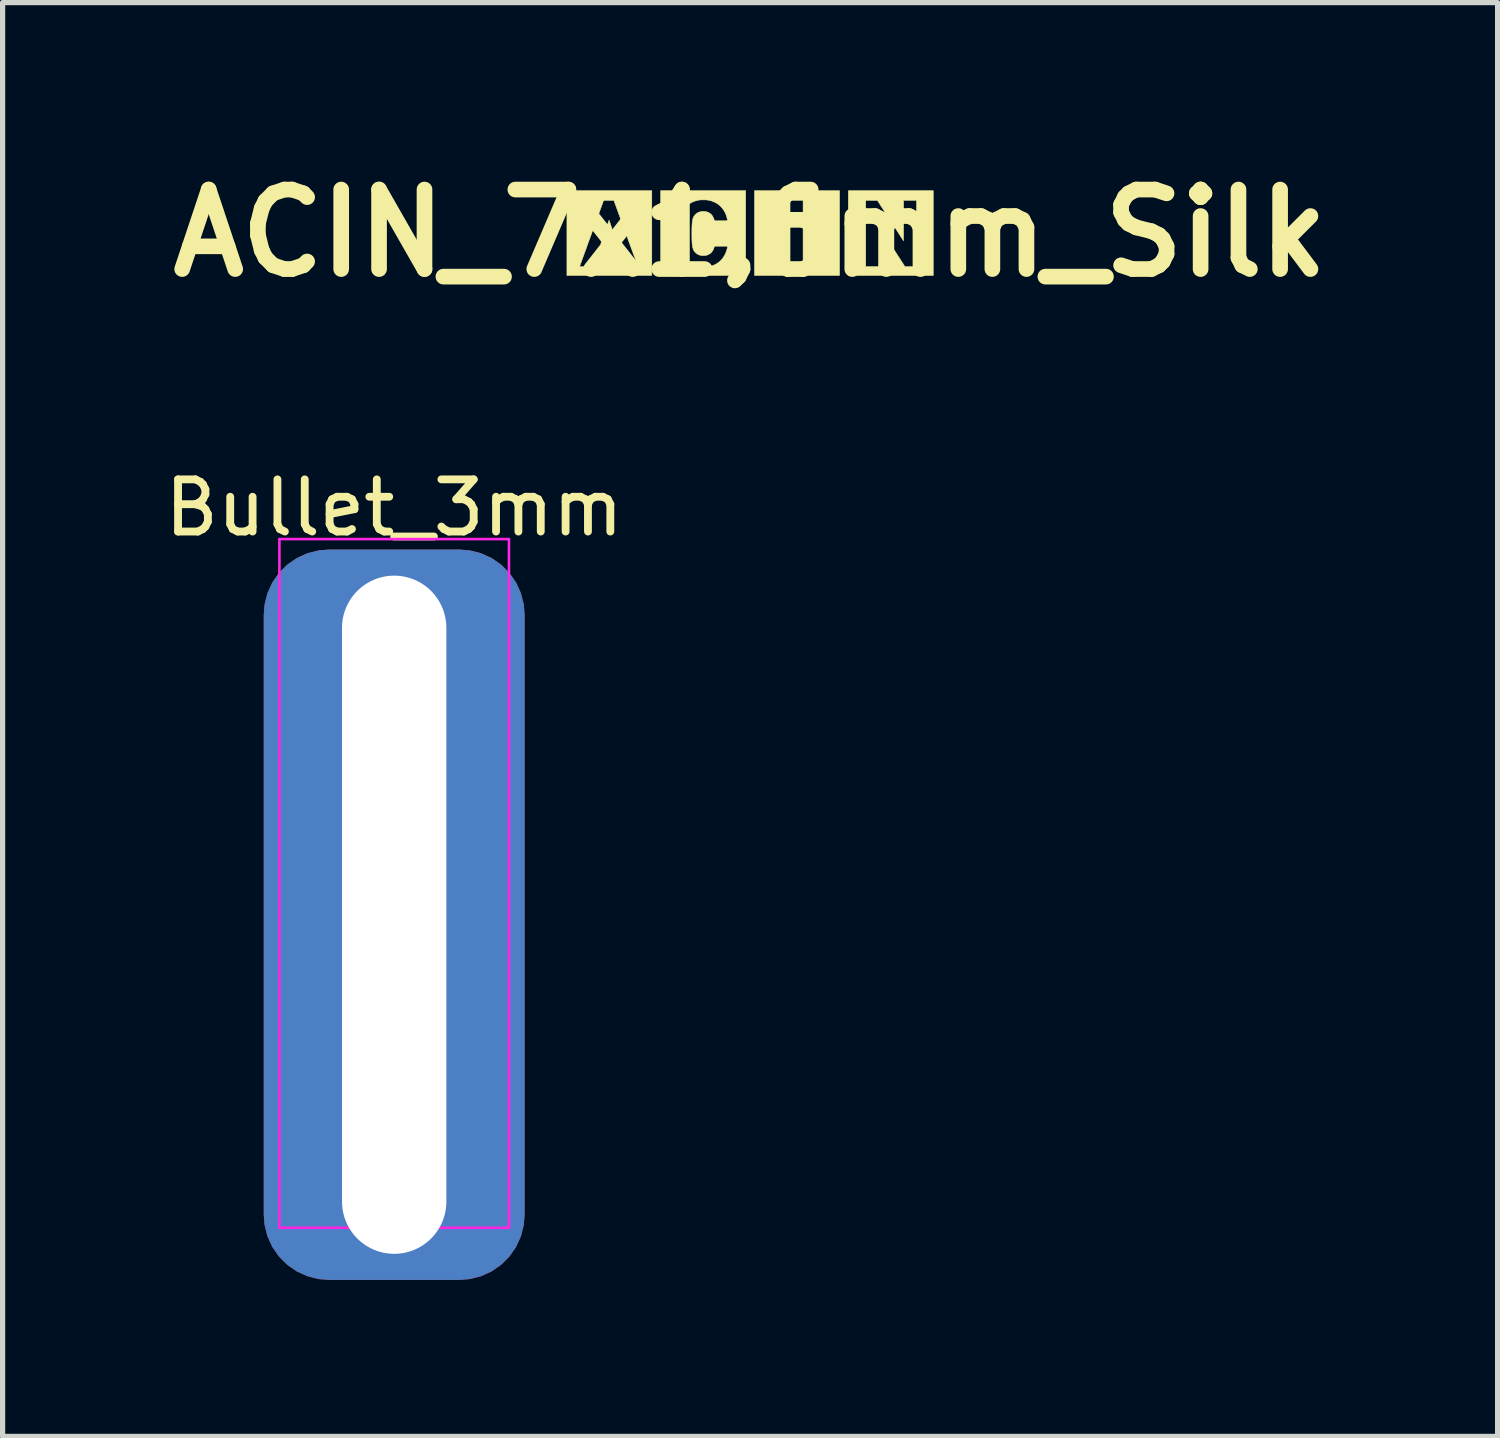
<source format=kicad_pcb>
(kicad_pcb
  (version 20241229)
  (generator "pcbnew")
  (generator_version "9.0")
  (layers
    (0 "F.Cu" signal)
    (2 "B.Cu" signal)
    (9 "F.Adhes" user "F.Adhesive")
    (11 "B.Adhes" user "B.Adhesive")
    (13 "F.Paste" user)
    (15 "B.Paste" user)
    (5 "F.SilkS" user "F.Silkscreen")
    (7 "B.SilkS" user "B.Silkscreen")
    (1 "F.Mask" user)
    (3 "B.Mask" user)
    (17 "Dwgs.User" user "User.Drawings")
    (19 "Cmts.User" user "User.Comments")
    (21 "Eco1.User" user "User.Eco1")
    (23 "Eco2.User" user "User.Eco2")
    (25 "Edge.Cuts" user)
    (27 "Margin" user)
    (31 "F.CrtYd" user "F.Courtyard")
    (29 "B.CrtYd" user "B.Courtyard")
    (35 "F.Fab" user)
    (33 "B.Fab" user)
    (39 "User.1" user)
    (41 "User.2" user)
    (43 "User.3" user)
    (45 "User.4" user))
  (footprint "Bullet_3mm"
    (layer "F.Cu")
    (at 4.506 20.484)
    (property "Reference" "Bullet_3mm" (at 0 -13.8 0) (layer "F.SilkS") (effects (font (size 1 1) (thickness 0.15))))
    (attr through_hole)
    (fp_line (start -2.2 -13.2) (end -2.2 0) (stroke (width 0.05) (type solid)) (layer "F.CrtYd"))
    (fp_line (start -2.2 0) (end 2.2 0) (stroke (width 0.05) (type solid)) (layer "F.CrtYd"))
    (fp_line (start 2.2 -13.2) (end -2.2 -13.2) (stroke (width 0.05) (type solid)) (layer "F.CrtYd"))
    (fp_line (start 2.2 0) (end 2.2 -13.2) (stroke (width 0.05) (type solid)) (layer "F.CrtYd"))
    (pad "1" thru_hole roundrect (at 0 -6) (size 5 14) (drill oval 2 13) (layers "*.Cu" "*.Mask") (roundrect_rratio 0.25)))
  (footprint "ACIN_7x1,6mm_Silk"
    (layer "F.Cu")
    (at 11.328 1.418)
    (property "Reference" "ACIN_7x1,6mm_Silk" (at 0 0 0) (layer "F.SilkS") (effects (font (size 1.524 1.524) (thickness 0.3))))
    (attr through_hole)
    (fp_poly (pts (xy 1.714 0.813) (xy 0.085 0.813) (xy 0.085 -0.628) (xy 0.766 -0.628) (xy 0.766 0.644) (xy 1.016 0.644) (xy 1.016 -0.628) (xy 0.766 -0.628) (xy 0.085 -0.628) (xy 0.085 -0.813) (xy 1.714 -0.813) (xy 1.714 0.813)) (stroke (width 0.01) (type solid)) (fill yes) (layer "F.SilkS"))
    (fp_poly (pts (xy 3.511 0.813) (xy 1.884 0.813) (xy 1.884 0.644) (xy 2.217 0.644) (xy 2.467 0.644) (xy 2.467 0.256) (xy 2.468 -0.133) (xy 2.718 0.255) (xy 2.968 0.643) (xy 3.08 0.644) (xy 3.191 0.644) (xy 3.191 -0.628) (xy 2.942 -0.628) (xy 2.942 -0.24) (xy 2.941 0.148) (xy 2.691 -0.239) (xy 2.44 -0.627) (xy 2.329 -0.627) (xy 2.217 -0.628) (xy 2.217 0.644) (xy 1.884 0.644) (xy 1.884 -0.813) (xy 3.511 -0.813) (xy 3.511 0.813)) (stroke (width 0.01) (type solid)) (fill yes) (layer "F.SilkS"))
    (fp_poly (pts (xy -2.702 -0.246) (xy -2.701 -0.242) (xy -2.698 -0.235) (xy -2.695 -0.226) (xy -2.691 -0.214) (xy -2.687 -0.201) (xy -2.681 -0.185) (xy -2.676 -0.168) (xy -2.669 -0.149) (xy -2.663 -0.129) (xy -2.655 -0.108) (xy -2.648 -0.085) (xy -2.64 -0.061) (xy -2.631 -0.037) (xy -2.626 -0.021) (xy -2.618 0.004) (xy -2.61 0.028) (xy -2.602 0.052) (xy -2.594 0.074) (xy -2.587 0.095) (xy -2.58 0.115) (xy -2.574 0.133) (xy -2.569 0.15) (xy -2.564 0.165) (xy -2.559 0.177) (xy -2.556 0.188) (xy -2.553 0.197) (xy -2.551 0.202) (xy -2.55 0.206) (xy -2.55 0.207) (xy -2.55 0.207) (xy -2.55 0.207) (xy -2.551 0.208) (xy -2.552 0.208) (xy -2.555 0.208) (xy -2.558 0.208) (xy -2.563 0.209) (xy -2.569 0.209) (xy -2.576 0.209) (xy -2.585 0.209) (xy -2.596 0.209) (xy -2.609 0.209) (xy -2.624 0.209) (xy -2.642 0.209) (xy -2.662 0.209) (xy -2.685 0.209) (xy -2.706 0.209) (xy -2.728 0.209) (xy -2.749 0.209) (xy -2.769 0.209) (xy -2.787 0.209) (xy -2.804 0.209) (xy -2.819 0.209) (xy -2.832 0.209) (xy -2.843 0.209) (xy -2.852 0.208) (xy -2.858 0.208) (xy -2.862 0.208) (xy -2.862 0.208) (xy -2.862 0.206) (xy -2.86 0.202) (xy -2.858 0.195) (xy -2.855 0.186) (xy -2.851 0.175) (xy -2.846 0.162) (xy -2.841 0.146) (xy -2.835 0.129) (xy -2.829 0.11) (xy -2.822 0.09) (xy -2.814 0.069) (xy -2.806 0.046) (xy -2.798 0.022) (xy -2.789 -0.002) (xy -2.783 -0.021) (xy -2.774 -0.046) (xy -2.766 -0.071) (xy -2.757 -0.094) (xy -2.75 -0.116) (xy -2.742 -0.137) (xy -2.735 -0.157) (xy -2.729 -0.175) (xy -2.723 -0.192) (xy -2.718 -0.206) (xy -2.713 -0.219) (xy -2.71 -0.229) (xy -2.706 -0.238) (xy -2.704 -0.244) (xy -2.703 -0.247) (xy -2.703 -0.247) (xy -2.702 -0.246)) (stroke (width 0.01) (type solid)) (fill yes) (layer "F.SilkS"))
    (fp_poly (pts (xy -1.884 0.813) (xy -3.511 0.813) (xy -3.511 0.643) (xy -3.269 0.643) (xy -3.268 0.643) (xy -3.263 0.644) (xy -3.257 0.644) (xy -3.248 0.644) (xy -3.236 0.644) (xy -3.223 0.644) (xy -3.208 0.644) (xy -3.192 0.644) (xy -3.174 0.644) (xy -3.155 0.644) (xy -3.139 0.644) (xy -3.01 0.644) (xy -2.997 0.606) (xy -2.993 0.597) (xy -2.989 0.585) (xy -2.985 0.572) (xy -2.98 0.557) (xy -2.974 0.541) (xy -2.969 0.525) (xy -2.963 0.509) (xy -2.958 0.495) (xy -2.933 0.421) (xy -2.708 0.42) (xy -2.482 0.42) (xy -2.445 0.532) (xy -2.408 0.644) (xy -2.147 0.644) (xy -2.155 0.622) (xy -2.157 0.619) (xy -2.159 0.613) (xy -2.162 0.605) (xy -2.165 0.594) (xy -2.17 0.581) (xy -2.176 0.566) (xy -2.182 0.548) (xy -2.19 0.528) (xy -2.198 0.506) (xy -2.206 0.482) (xy -2.216 0.456) (xy -2.226 0.429) (xy -2.237 0.4) (xy -2.248 0.369) (xy -2.26 0.337) (xy -2.272 0.303) (xy -2.285 0.268) (xy -2.298 0.232) (xy -2.312 0.194) (xy -2.326 0.156) (xy -2.34 0.117) (xy -2.354 0.077) (xy -2.369 0.036) (xy -2.384 -0.005) (xy -2.387 -0.013) (xy -2.611 -0.627) (xy -2.709 -0.627) (xy -2.729 -0.627) (xy -2.746 -0.627) (xy -2.76 -0.627) (xy -2.772 -0.627) (xy -2.781 -0.627) (xy -2.789 -0.627) (xy -2.795 -0.627) (xy -2.8 -0.627) (xy -2.803 -0.627) (xy -2.805 -0.626) (xy -2.807 -0.626) (xy -2.808 -0.626) (xy -2.808 -0.625) (xy -2.808 -0.625) (xy -2.809 -0.623) (xy -2.81 -0.619) (xy -2.813 -0.612) (xy -2.816 -0.602) (xy -2.821 -0.591) (xy -2.826 -0.576) (xy -2.832 -0.56) (xy -2.838 -0.542) (xy -2.846 -0.522) (xy -2.854 -0.5) (xy -2.862 -0.476) (xy -2.872 -0.451) (xy -2.881 -0.424) (xy -2.892 -0.396) (xy -2.902 -0.366) (xy -2.914 -0.335) (xy -2.925 -0.304) (xy -2.937 -0.271) (xy -2.949 -0.237) (xy -2.962 -0.203) (xy -2.974 -0.168) (xy -2.987 -0.132) (xy -3 -0.096) (xy -3.014 -0.06) (xy -3.027 -0.024) (xy -3.04 0.013) (xy -3.053 0.049) (xy -3.067 0.086) (xy -3.08 0.122) (xy -3.093 0.158) (xy -3.106 0.193) (xy -3.118 0.228) (xy -3.131 0.262) (xy -3.143 0.296) (xy -3.155 0.328) (xy -3.166 0.36) (xy -3.177 0.39) (xy -3.188 0.42) (xy -3.198 0.448) (xy -3.208 0.474) (xy -3.217 0.499) (xy -3.225 0.523) (xy -3.233 0.544) (xy -3.24 0.564) (xy -3.247 0.582) (xy -3.253 0.598) (xy -3.258 0.611) (xy -3.262 0.623) (xy -3.265 0.632) (xy -3.267 0.638) (xy -3.269 0.642) (xy -3.269 0.643) (xy -3.511 0.643) (xy -3.511 -0.813) (xy -1.884 -0.813) (xy -1.884 0.813)) (stroke (width 0.01) (type solid)) (fill yes) (layer "F.SilkS"))
    (fp_poly (pts (xy -0.085 0.813) (xy -1.714 0.813) (xy -1.714 0.003) (xy -1.365 0.003) (xy -1.365 0.008) (xy -1.365 0.036) (xy -1.365 0.061) (xy -1.365 0.083) (xy -1.365 0.103) (xy -1.365 0.121) (xy -1.365 0.137) (xy -1.364 0.151) (xy -1.364 0.164) (xy -1.364 0.175) (xy -1.363 0.186) (xy -1.363 0.195) (xy -1.363 0.204) (xy -1.362 0.212) (xy -1.361 0.22) (xy -1.361 0.228) (xy -1.36 0.236) (xy -1.359 0.244) (xy -1.358 0.251) (xy -1.353 0.287) (xy -1.346 0.321) (xy -1.338 0.353) (xy -1.328 0.382) (xy -1.316 0.41) (xy -1.302 0.437) (xy -1.285 0.462) (xy -1.267 0.486) (xy -1.246 0.509) (xy -1.24 0.515) (xy -1.213 0.541) (xy -1.183 0.564) (xy -1.153 0.585) (xy -1.121 0.603) (xy -1.087 0.619) (xy -1.053 0.631) (xy -1.017 0.641) (xy -0.98 0.649) (xy -0.944 0.653) (xy -0.934 0.653) (xy -0.923 0.654) (xy -0.91 0.654) (xy -0.897 0.654) (xy -0.883 0.654) (xy -0.871 0.654) (xy -0.86 0.653) (xy -0.852 0.653) (xy -0.814 0.648) (xy -0.776 0.641) (xy -0.74 0.632) (xy -0.706 0.62) (xy -0.674 0.605) (xy -0.643 0.588) (xy -0.613 0.569) (xy -0.586 0.548) (xy -0.56 0.524) (xy -0.537 0.498) (xy -0.523 0.48) (xy -0.506 0.455) (xy -0.49 0.428) (xy -0.475 0.399) (xy -0.462 0.369) (xy -0.451 0.338) (xy -0.445 0.32) (xy -0.443 0.312) (xy -0.441 0.303) (xy -0.439 0.294) (xy -0.436 0.284) (xy -0.434 0.275) (xy -0.433 0.267) (xy -0.431 0.26) (xy -0.43 0.255) (xy -0.43 0.253) (xy -0.431 0.253) (xy -0.432 0.252) (xy -0.434 0.252) (xy -0.437 0.252) (xy -0.441 0.252) (xy -0.446 0.252) (xy -0.454 0.251) (xy -0.463 0.251) (xy -0.474 0.251) (xy -0.487 0.251) (xy -0.503 0.251) (xy -0.521 0.251) (xy -0.541 0.251) (xy -0.557 0.251) (xy -0.683 0.251) (xy -0.684 0.257) (xy -0.687 0.267) (xy -0.691 0.278) (xy -0.695 0.289) (xy -0.699 0.301) (xy -0.703 0.311) (xy -0.705 0.315) (xy -0.717 0.337) (xy -0.731 0.357) (xy -0.746 0.374) (xy -0.763 0.39) (xy -0.782 0.402) (xy -0.796 0.41) (xy -0.817 0.419) (xy -0.841 0.426) (xy -0.865 0.43) (xy -0.891 0.432) (xy -0.917 0.431) (xy -0.929 0.429) (xy -0.941 0.428) (xy -0.952 0.426) (xy -0.961 0.423) (xy -0.971 0.42) (xy -0.977 0.418) (xy -0.999 0.409) (xy -1.019 0.397) (xy -1.037 0.383) (xy -1.054 0.367) (xy -1.068 0.349) (xy -1.081 0.329) (xy -1.09 0.307) (xy -1.094 0.295) (xy -1.098 0.284) (xy -1.101 0.271) (xy -1.104 0.258) (xy -1.106 0.244) (xy -1.108 0.229) (xy -1.11 0.212) (xy -1.111 0.194) (xy -1.113 0.174) (xy -1.114 0.153) (xy -1.115 0.129) (xy -1.115 0.103) (xy -1.116 0.074) (xy -1.116 0.043) (xy -1.116 0.009) (xy -1.116 0.007) (xy -1.116 -0.03) (xy -1.116 -0.064) (xy -1.115 -0.095) (xy -1.114 -0.124) (xy -1.113 -0.151) (xy -1.112 -0.175) (xy -1.11 -0.197) (xy -1.107 -0.217) (xy -1.105 -0.235) (xy -1.102 -0.252) (xy -1.098 -0.268) (xy -1.094 -0.282) (xy -1.089 -0.295) (xy -1.084 -0.306) (xy -1.078 -0.317) (xy -1.072 -0.328) (xy -1.065 -0.338) (xy -1.057 -0.347) (xy -1.048 -0.356) (xy -1.047 -0.358) (xy -1.036 -0.368) (xy -1.025 -0.377) (xy -1.014 -0.384) (xy -1.001 -0.392) (xy -0.997 -0.393) (xy -0.979 -0.401) (xy -0.961 -0.407) (xy -0.941 -0.412) (xy -0.92 -0.414) (xy -0.904 -0.415) (xy -0.878 -0.415) (xy -0.853 -0.412) (xy -0.829 -0.407) (xy -0.808 -0.399) (xy -0.787 -0.389) (xy -0.768 -0.377) (xy -0.751 -0.363) (xy -0.738 -0.35) (xy -0.726 -0.334) (xy -0.715 -0.316) (xy -0.705 -0.297) (xy -0.696 -0.276) (xy -0.688 -0.254) (xy -0.685 -0.245) (xy -0.683 -0.236) (xy -0.557 -0.236) (xy -0.536 -0.236) (xy -0.517 -0.236) (xy -0.499 -0.236) (xy -0.483 -0.236) (xy -0.468 -0.236) (xy -0.456 -0.237) (xy -0.446 -0.237) (xy -0.438 -0.237) (xy -0.433 -0.237) (xy -0.43 -0.237) (xy -0.43 -0.237) (xy -0.431 -0.24) (xy -0.432 -0.245) (xy -0.433 -0.252) (xy -0.435 -0.26) (xy -0.437 -0.269) (xy -0.439 -0.277) (xy -0.441 -0.286) (xy -0.442 -0.29) (xy -0.452 -0.327) (xy -0.465 -0.363) (xy -0.481 -0.396) (xy -0.499 -0.428) (xy -0.518 -0.458) (xy -0.54 -0.486) (xy -0.563 -0.51) (xy -0.588 -0.534) (xy -0.615 -0.555) (xy -0.644 -0.574) (xy -0.675 -0.59) (xy -0.707 -0.604) (xy -0.741 -0.616) (xy -0.777 -0.626) (xy -0.815 -0.633) (xy -0.827 -0.635) (xy -0.836 -0.635) (xy -0.848 -0.636) (xy -0.861 -0.637) (xy -0.876 -0.637) (xy -0.891 -0.637) (xy -0.906 -0.637) (xy -0.922 -0.637) (xy -0.936 -0.637) (xy -0.949 -0.636) (xy -0.96 -0.635) (xy -0.967 -0.635) (xy -1.004 -0.628) (xy -1.04 -0.619) (xy -1.075 -0.608) (xy -1.107 -0.594) (xy -1.139 -0.577) (xy -1.17 -0.558) (xy -1.199 -0.536) (xy -1.216 -0.522) (xy -1.24 -0.499) (xy -1.263 -0.475) (xy -1.283 -0.449) (xy -1.301 -0.421) (xy -1.314 -0.397) (xy -1.324 -0.376) (xy -1.332 -0.354) (xy -1.339 -0.332) (xy -1.345 -0.309) (xy -1.351 -0.285) (xy -1.355 -0.258) (xy -1.359 -0.231) (xy -1.36 -0.223) (xy -1.36 -0.215) (xy -1.361 -0.207) (xy -1.362 -0.2) (xy -1.362 -0.191) (xy -1.363 -0.183) (xy -1.363 -0.174) (xy -1.364 -0.163) (xy -1.364 -0.152) (xy -1.364 -0.139) (xy -1.364 -0.125) (xy -1.365 -0.109) (xy -1.365 -0.092) (xy -1.365 -0.072) (xy -1.365 -0.049) (xy -1.365 -0.025) (xy -1.365 0.003) (xy -1.714 0.003) (xy -1.714 -0.813) (xy -0.085 -0.813) (xy -0.085 0.813)) (stroke (width 0.01) (type solid)) (fill yes) (layer "F.SilkS")))
  (gr_rect
    (start -3 -3)
    (end 25.657 24.484)
    (stroke (width 0.1) (type default))
    (fill no)
    (layer "Edge.Cuts")))
</source>
